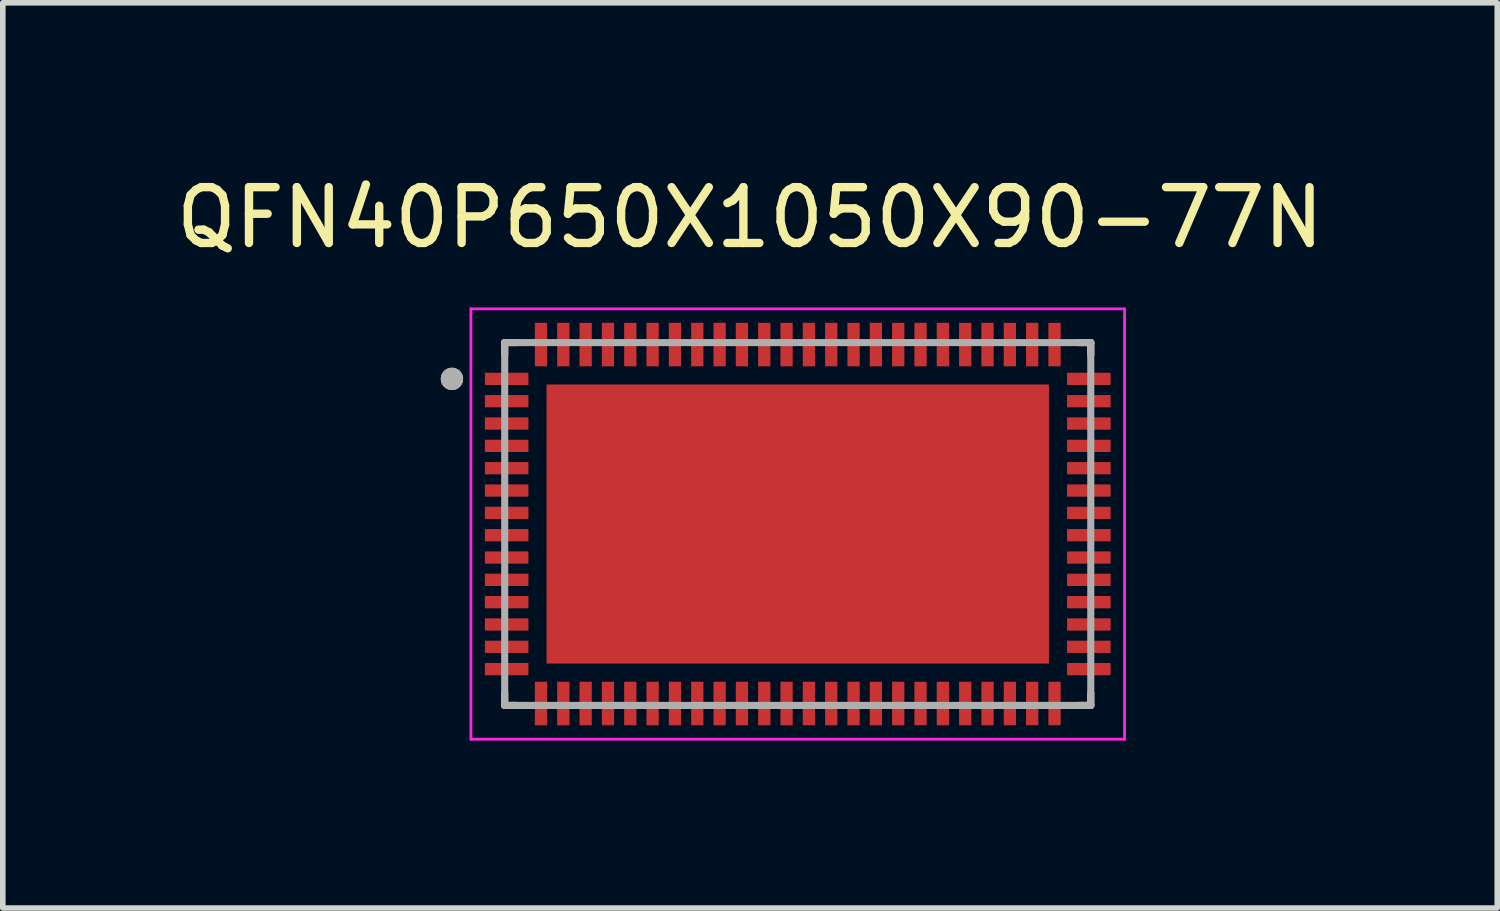
<source format=kicad_pcb>
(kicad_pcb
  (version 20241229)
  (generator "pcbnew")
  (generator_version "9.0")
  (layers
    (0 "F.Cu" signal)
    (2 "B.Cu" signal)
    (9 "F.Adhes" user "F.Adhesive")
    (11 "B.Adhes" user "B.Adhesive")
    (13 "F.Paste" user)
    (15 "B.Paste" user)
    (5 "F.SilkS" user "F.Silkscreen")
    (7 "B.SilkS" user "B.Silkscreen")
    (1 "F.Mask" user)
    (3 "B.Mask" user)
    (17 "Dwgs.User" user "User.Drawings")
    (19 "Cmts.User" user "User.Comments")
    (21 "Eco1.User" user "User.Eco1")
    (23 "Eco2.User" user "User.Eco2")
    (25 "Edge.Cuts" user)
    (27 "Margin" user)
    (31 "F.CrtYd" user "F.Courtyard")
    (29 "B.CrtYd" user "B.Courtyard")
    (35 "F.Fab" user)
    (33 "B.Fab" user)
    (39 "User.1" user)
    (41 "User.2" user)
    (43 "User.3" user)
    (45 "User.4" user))
  (footprint "QFN40P650X1050X90-77N"
    (layer "F.Cu")
    (at 11.242 6.338)
    (property "Reference" "QFN40P650X1050X90-77N" (at -0.855 -5.49 0) (layer "F.SilkS") (effects (font (size 1 1) (thickness 0.15))))
    (attr smd)
    (fp_line (start -5.25 -3.25) (end -5.25 -3.03) (stroke (width 0.127) (type solid)) (layer "F.SilkS"))
    (fp_line (start -5.25 -3.25) (end -5.03 -3.25) (stroke (width 0.127) (type solid)) (layer "F.SilkS"))
    (fp_line (start -5.25 3.25) (end -5.25 3.03) (stroke (width 0.127) (type solid)) (layer "F.SilkS"))
    (fp_line (start -5.25 3.25) (end -5.03 3.25) (stroke (width 0.127) (type solid)) (layer "F.SilkS"))
    (fp_line (start 5.25 -3.25) (end 5.03 -3.25) (stroke (width 0.127) (type solid)) (layer "F.SilkS"))
    (fp_line (start 5.25 -3.25) (end 5.25 -3.03) (stroke (width 0.127) (type solid)) (layer "F.SilkS"))
    (fp_line (start 5.25 3.25) (end 5.03 3.25) (stroke (width 0.127) (type solid)) (layer "F.SilkS"))
    (fp_line (start 5.25 3.25) (end 5.25 3.03) (stroke (width 0.127) (type solid)) (layer "F.SilkS"))
    (fp_circle (center -6.195 -2.6) (end -6.095 -2.6) (stroke (width 0.2) (type solid)) (fill no) (layer "F.SilkS"))
    (fp_poly (pts (xy -3.95 -2.195) (xy -2.05 -2.195) (xy -2.05 -1.135) (xy -3.95 -1.135)) (stroke (width 0.01) (type solid)) (fill yes) (layer "F.Paste"))
    (fp_poly (pts (xy -3.95 -0.525) (xy -2.05 -0.525) (xy -2.05 0.535) (xy -3.95 0.535)) (stroke (width 0.01) (type solid)) (fill yes) (layer "F.Paste"))
    (fp_poly (pts (xy -3.95 1.145) (xy -2.05 1.145) (xy -2.05 2.205) (xy -3.95 2.205)) (stroke (width 0.01) (type solid)) (fill yes) (layer "F.Paste"))
    (fp_poly (pts (xy -0.95 -2.195) (xy 0.95 -2.195) (xy 0.95 -1.135) (xy -0.95 -1.135)) (stroke (width 0.01) (type solid)) (fill yes) (layer "F.Paste"))
    (fp_poly (pts (xy -0.95 -0.525) (xy 0.95 -0.525) (xy 0.95 0.535) (xy -0.95 0.535)) (stroke (width 0.01) (type solid)) (fill yes) (layer "F.Paste"))
    (fp_poly (pts (xy -0.95 1.145) (xy 0.95 1.145) (xy 0.95 2.205) (xy -0.95 2.205)) (stroke (width 0.01) (type solid)) (fill yes) (layer "F.Paste"))
    (fp_poly (pts (xy 2.05 -2.195) (xy 3.95 -2.195) (xy 3.95 -1.135) (xy 2.05 -1.135)) (stroke (width 0.01) (type solid)) (fill yes) (layer "F.Paste"))
    (fp_poly (pts (xy 2.05 -0.525) (xy 3.95 -0.525) (xy 3.95 0.535) (xy 2.05 0.535)) (stroke (width 0.01) (type solid)) (fill yes) (layer "F.Paste"))
    (fp_poly (pts (xy 2.05 1.145) (xy 3.95 1.145) (xy 3.95 2.205) (xy 2.05 2.205)) (stroke (width 0.01) (type solid)) (fill yes) (layer "F.Paste"))
    (fp_line (start -5.855 -3.855) (end 5.855 -3.855) (stroke (width 0.05) (type solid)) (layer "F.CrtYd"))
    (fp_line (start -5.855 3.855) (end -5.855 -3.855) (stroke (width 0.05) (type solid)) (layer "F.CrtYd"))
    (fp_line (start -5.855 3.855) (end 5.855 3.855) (stroke (width 0.05) (type solid)) (layer "F.CrtYd"))
    (fp_line (start 5.855 3.855) (end 5.855 -3.855) (stroke (width 0.05) (type solid)) (layer "F.CrtYd"))
    (fp_line (start -5.25 3.25) (end -5.25 -3.25) (stroke (width 0.127) (type solid)) (layer "F.Fab"))
    (fp_line (start 5.25 -3.25) (end -5.25 -3.25) (stroke (width 0.127) (type solid)) (layer "F.Fab"))
    (fp_line (start 5.25 3.25) (end -5.25 3.25) (stroke (width 0.127) (type solid)) (layer "F.Fab"))
    (fp_line (start 5.25 3.25) (end 5.25 -3.25) (stroke (width 0.127) (type solid)) (layer "F.Fab"))
    (fp_circle (center -6.195 -2.6) (end -6.095 -2.6) (stroke (width 0.2) (type solid)) (fill no) (layer "F.Fab"))
    (pad "1" smd roundrect (at -5.215 -2.6) (size 0.78 0.22) (layers "F.Cu" "F.Mask" "F.Paste") (roundrect_rratio 0.03))
    (pad "2" smd roundrect (at -5.215 -2.2) (size 0.78 0.22) (layers "F.Cu" "F.Mask" "F.Paste") (roundrect_rratio 0.03))
    (pad "3" smd roundrect (at -5.215 -1.8) (size 0.78 0.22) (layers "F.Cu" "F.Mask" "F.Paste") (roundrect_rratio 0.03))
    (pad "4" smd roundrect (at -5.215 -1.4) (size 0.78 0.22) (layers "F.Cu" "F.Mask" "F.Paste") (roundrect_rratio 0.03))
    (pad "5" smd roundrect (at -5.215 -1) (size 0.78 0.22) (layers "F.Cu" "F.Mask" "F.Paste") (roundrect_rratio 0.03))
    (pad "6" smd roundrect (at -5.215 -0.6) (size 0.78 0.22) (layers "F.Cu" "F.Mask" "F.Paste") (roundrect_rratio 0.03))
    (pad "7" smd roundrect (at -5.215 -0.2) (size 0.78 0.22) (layers "F.Cu" "F.Mask" "F.Paste") (roundrect_rratio 0.03))
    (pad "8" smd roundrect (at -5.215 0.2) (size 0.78 0.22) (layers "F.Cu" "F.Mask" "F.Paste") (roundrect_rratio 0.03))
    (pad "9" smd roundrect (at -5.215 0.6) (size 0.78 0.22) (layers "F.Cu" "F.Mask" "F.Paste") (roundrect_rratio 0.03))
    (pad "10" smd roundrect (at -5.215 1) (size 0.78 0.22) (layers "F.Cu" "F.Mask" "F.Paste") (roundrect_rratio 0.03))
    (pad "11" smd roundrect (at -5.215 1.4) (size 0.78 0.22) (layers "F.Cu" "F.Mask" "F.Paste") (roundrect_rratio 0.03))
    (pad "12" smd roundrect (at -5.215 1.8) (size 0.78 0.22) (layers "F.Cu" "F.Mask" "F.Paste") (roundrect_rratio 0.03))
    (pad "13" smd roundrect (at -5.215 2.2) (size 0.78 0.22) (layers "F.Cu" "F.Mask" "F.Paste") (roundrect_rratio 0.03))
    (pad "14" smd roundrect (at -5.215 2.6) (size 0.78 0.22) (layers "F.Cu" "F.Mask" "F.Paste") (roundrect_rratio 0.03))
    (pad "15" smd roundrect (at -4.6 3.215 90) (size 0.78 0.22) (layers "F.Cu" "F.Mask" "F.Paste") (roundrect_rratio 0.03))
    (pad "16" smd roundrect (at -4.2 3.215 90) (size 0.78 0.22) (layers "F.Cu" "F.Mask" "F.Paste") (roundrect_rratio 0.03))
    (pad "17" smd roundrect (at -3.8 3.215 90) (size 0.78 0.22) (layers "F.Cu" "F.Mask" "F.Paste") (roundrect_rratio 0.03))
    (pad "18" smd roundrect (at -3.4 3.215 90) (size 0.78 0.22) (layers "F.Cu" "F.Mask" "F.Paste") (roundrect_rratio 0.03))
    (pad "19" smd roundrect (at -3 3.215 90) (size 0.78 0.22) (layers "F.Cu" "F.Mask" "F.Paste") (roundrect_rratio 0.03))
    (pad "20" smd roundrect (at -2.6 3.215 90) (size 0.78 0.22) (layers "F.Cu" "F.Mask" "F.Paste") (roundrect_rratio 0.03))
    (pad "21" smd roundrect (at -2.2 3.215 90) (size 0.78 0.22) (layers "F.Cu" "F.Mask" "F.Paste") (roundrect_rratio 0.03))
    (pad "22" smd roundrect (at -1.8 3.215 90) (size 0.78 0.22) (layers "F.Cu" "F.Mask" "F.Paste") (roundrect_rratio 0.03))
    (pad "23" smd roundrect (at -1.4 3.215 90) (size 0.78 0.22) (layers "F.Cu" "F.Mask" "F.Paste") (roundrect_rratio 0.03))
    (pad "24" smd roundrect (at -1 3.215 90) (size 0.78 0.22) (layers "F.Cu" "F.Mask" "F.Paste") (roundrect_rratio 0.03))
    (pad "25" smd roundrect (at -0.6 3.215 90) (size 0.78 0.22) (layers "F.Cu" "F.Mask" "F.Paste") (roundrect_rratio 0.03))
    (pad "26" smd roundrect (at -0.2 3.215 90) (size 0.78 0.22) (layers "F.Cu" "F.Mask" "F.Paste") (roundrect_rratio 0.03))
    (pad "27" smd roundrect (at 0.2 3.215 90) (size 0.78 0.22) (layers "F.Cu" "F.Mask" "F.Paste") (roundrect_rratio 0.03))
    (pad "28" smd roundrect (at 0.6 3.215 90) (size 0.78 0.22) (layers "F.Cu" "F.Mask" "F.Paste") (roundrect_rratio 0.03))
    (pad "29" smd roundrect (at 1 3.215 90) (size 0.78 0.22) (layers "F.Cu" "F.Mask" "F.Paste") (roundrect_rratio 0.03))
    (pad "30" smd roundrect (at 1.4 3.215 90) (size 0.78 0.22) (layers "F.Cu" "F.Mask" "F.Paste") (roundrect_rratio 0.03))
    (pad "31" smd roundrect (at 1.8 3.215 90) (size 0.78 0.22) (layers "F.Cu" "F.Mask" "F.Paste") (roundrect_rratio 0.03))
    (pad "32" smd roundrect (at 2.2 3.215 90) (size 0.78 0.22) (layers "F.Cu" "F.Mask" "F.Paste") (roundrect_rratio 0.03))
    (pad "33" smd roundrect (at 2.6 3.215 90) (size 0.78 0.22) (layers "F.Cu" "F.Mask" "F.Paste") (roundrect_rratio 0.03))
    (pad "34" smd roundrect (at 3 3.215 90) (size 0.78 0.22) (layers "F.Cu" "F.Mask" "F.Paste") (roundrect_rratio 0.03))
    (pad "35" smd roundrect (at 3.4 3.215 90) (size 0.78 0.22) (layers "F.Cu" "F.Mask" "F.Paste") (roundrect_rratio 0.03))
    (pad "36" smd roundrect (at 3.8 3.215 90) (size 0.78 0.22) (layers "F.Cu" "F.Mask" "F.Paste") (roundrect_rratio 0.03))
    (pad "37" smd roundrect (at 4.2 3.215 90) (size 0.78 0.22) (layers "F.Cu" "F.Mask" "F.Paste") (roundrect_rratio 0.03))
    (pad "38" smd roundrect (at 4.6 3.215 90) (size 0.78 0.22) (layers "F.Cu" "F.Mask" "F.Paste") (roundrect_rratio 0.03))
    (pad "39" smd roundrect (at 5.215 2.6) (size 0.78 0.22) (layers "F.Cu" "F.Mask" "F.Paste") (roundrect_rratio 0.03))
    (pad "40" smd roundrect (at 5.215 2.2) (size 0.78 0.22) (layers "F.Cu" "F.Mask" "F.Paste") (roundrect_rratio 0.03))
    (pad "41" smd roundrect (at 5.215 1.8) (size 0.78 0.22) (layers "F.Cu" "F.Mask" "F.Paste") (roundrect_rratio 0.03))
    (pad "42" smd roundrect (at 5.215 1.4) (size 0.78 0.22) (layers "F.Cu" "F.Mask" "F.Paste") (roundrect_rratio 0.03))
    (pad "43" smd roundrect (at 5.215 1) (size 0.78 0.22) (layers "F.Cu" "F.Mask" "F.Paste") (roundrect_rratio 0.03))
    (pad "44" smd roundrect (at 5.215 0.6) (size 0.78 0.22) (layers "F.Cu" "F.Mask" "F.Paste") (roundrect_rratio 0.03))
    (pad "45" smd roundrect (at 5.215 0.2) (size 0.78 0.22) (layers "F.Cu" "F.Mask" "F.Paste") (roundrect_rratio 0.03))
    (pad "46" smd roundrect (at 5.215 -0.2) (size 0.78 0.22) (layers "F.Cu" "F.Mask" "F.Paste") (roundrect_rratio 0.03))
    (pad "47" smd roundrect (at 5.215 -0.6) (size 0.78 0.22) (layers "F.Cu" "F.Mask" "F.Paste") (roundrect_rratio 0.03))
    (pad "48" smd roundrect (at 5.215 -1) (size 0.78 0.22) (layers "F.Cu" "F.Mask" "F.Paste") (roundrect_rratio 0.03))
    (pad "49" smd roundrect (at 5.215 -1.4) (size 0.78 0.22) (layers "F.Cu" "F.Mask" "F.Paste") (roundrect_rratio 0.03))
    (pad "50" smd roundrect (at 5.215 -1.8) (size 0.78 0.22) (layers "F.Cu" "F.Mask" "F.Paste") (roundrect_rratio 0.03))
    (pad "51" smd roundrect (at 5.215 -2.2) (size 0.78 0.22) (layers "F.Cu" "F.Mask" "F.Paste") (roundrect_rratio 0.03))
    (pad "52" smd roundrect (at 5.215 -2.6) (size 0.78 0.22) (layers "F.Cu" "F.Mask" "F.Paste") (roundrect_rratio 0.03))
    (pad "53" smd roundrect (at 4.6 -3.215 90) (size 0.78 0.22) (layers "F.Cu" "F.Mask" "F.Paste") (roundrect_rratio 0.03))
    (pad "54" smd roundrect (at 4.2 -3.215 90) (size 0.78 0.22) (layers "F.Cu" "F.Mask" "F.Paste") (roundrect_rratio 0.03))
    (pad "55" smd roundrect (at 3.8 -3.215 90) (size 0.78 0.22) (layers "F.Cu" "F.Mask" "F.Paste") (roundrect_rratio 0.03))
    (pad "56" smd roundrect (at 3.4 -3.215 90) (size 0.78 0.22) (layers "F.Cu" "F.Mask" "F.Paste") (roundrect_rratio 0.03))
    (pad "57" smd roundrect (at 3 -3.215 90) (size 0.78 0.22) (layers "F.Cu" "F.Mask" "F.Paste") (roundrect_rratio 0.03))
    (pad "58" smd roundrect (at 2.6 -3.215 90) (size 0.78 0.22) (layers "F.Cu" "F.Mask" "F.Paste") (roundrect_rratio 0.03))
    (pad "59" smd roundrect (at 2.2 -3.215 90) (size 0.78 0.22) (layers "F.Cu" "F.Mask" "F.Paste") (roundrect_rratio 0.03))
    (pad "60" smd roundrect (at 1.8 -3.215 90) (size 0.78 0.22) (layers "F.Cu" "F.Mask" "F.Paste") (roundrect_rratio 0.03))
    (pad "61" smd roundrect (at 1.4 -3.215 90) (size 0.78 0.22) (layers "F.Cu" "F.Mask" "F.Paste") (roundrect_rratio 0.03))
    (pad "62" smd roundrect (at 1 -3.215 90) (size 0.78 0.22) (layers "F.Cu" "F.Mask" "F.Paste") (roundrect_rratio 0.03))
    (pad "63" smd roundrect (at 0.6 -3.215 90) (size 0.78 0.22) (layers "F.Cu" "F.Mask" "F.Paste") (roundrect_rratio 0.03))
    (pad "64" smd roundrect (at 0.2 -3.215 90) (size 0.78 0.22) (layers "F.Cu" "F.Mask" "F.Paste") (roundrect_rratio 0.03))
    (pad "65" smd roundrect (at -0.2 -3.215 90) (size 0.78 0.22) (layers "F.Cu" "F.Mask" "F.Paste") (roundrect_rratio 0.03))
    (pad "66" smd roundrect (at -0.6 -3.215 90) (size 0.78 0.22) (layers "F.Cu" "F.Mask" "F.Paste") (roundrect_rratio 0.03))
    (pad "67" smd roundrect (at -1 -3.215 90) (size 0.78 0.22) (layers "F.Cu" "F.Mask" "F.Paste") (roundrect_rratio 0.03))
    (pad "68" smd roundrect (at -1.4 -3.215 90) (size 0.78 0.22) (layers "F.Cu" "F.Mask" "F.Paste") (roundrect_rratio 0.03))
    (pad "69" smd roundrect (at -1.8 -3.215 90) (size 0.78 0.22) (layers "F.Cu" "F.Mask" "F.Paste") (roundrect_rratio 0.03))
    (pad "70" smd roundrect (at -2.2 -3.215 90) (size 0.78 0.22) (layers "F.Cu" "F.Mask" "F.Paste") (roundrect_rratio 0.03))
    (pad "71" smd roundrect (at -2.6 -3.215 90) (size 0.78 0.22) (layers "F.Cu" "F.Mask" "F.Paste") (roundrect_rratio 0.03))
    (pad "72" smd roundrect (at -3 -3.215 90) (size 0.78 0.22) (layers "F.Cu" "F.Mask" "F.Paste") (roundrect_rratio 0.03))
    (pad "73" smd roundrect (at -3.4 -3.215 90) (size 0.78 0.22) (layers "F.Cu" "F.Mask" "F.Paste") (roundrect_rratio 0.03))
    (pad "74" smd roundrect (at -3.8 -3.215 90) (size 0.78 0.22) (layers "F.Cu" "F.Mask" "F.Paste") (roundrect_rratio 0.03))
    (pad "75" smd roundrect (at -4.2 -3.215 90) (size 0.78 0.22) (layers "F.Cu" "F.Mask" "F.Paste") (roundrect_rratio 0.03))
    (pad "76" smd roundrect (at -4.6 -3.215 90) (size 0.78 0.22) (layers "F.Cu" "F.Mask" "F.Paste") (roundrect_rratio 0.03))
    (pad "77" smd rect (at 0 0) (size 9 5) (layers "F.Cu" "F.Mask")))
  (gr_rect
    (start -3 -3)
    (end 23.774 13.218)
    (stroke (width 0.1) (type default))
    (fill no)
    (layer "Edge.Cuts")))
</source>
